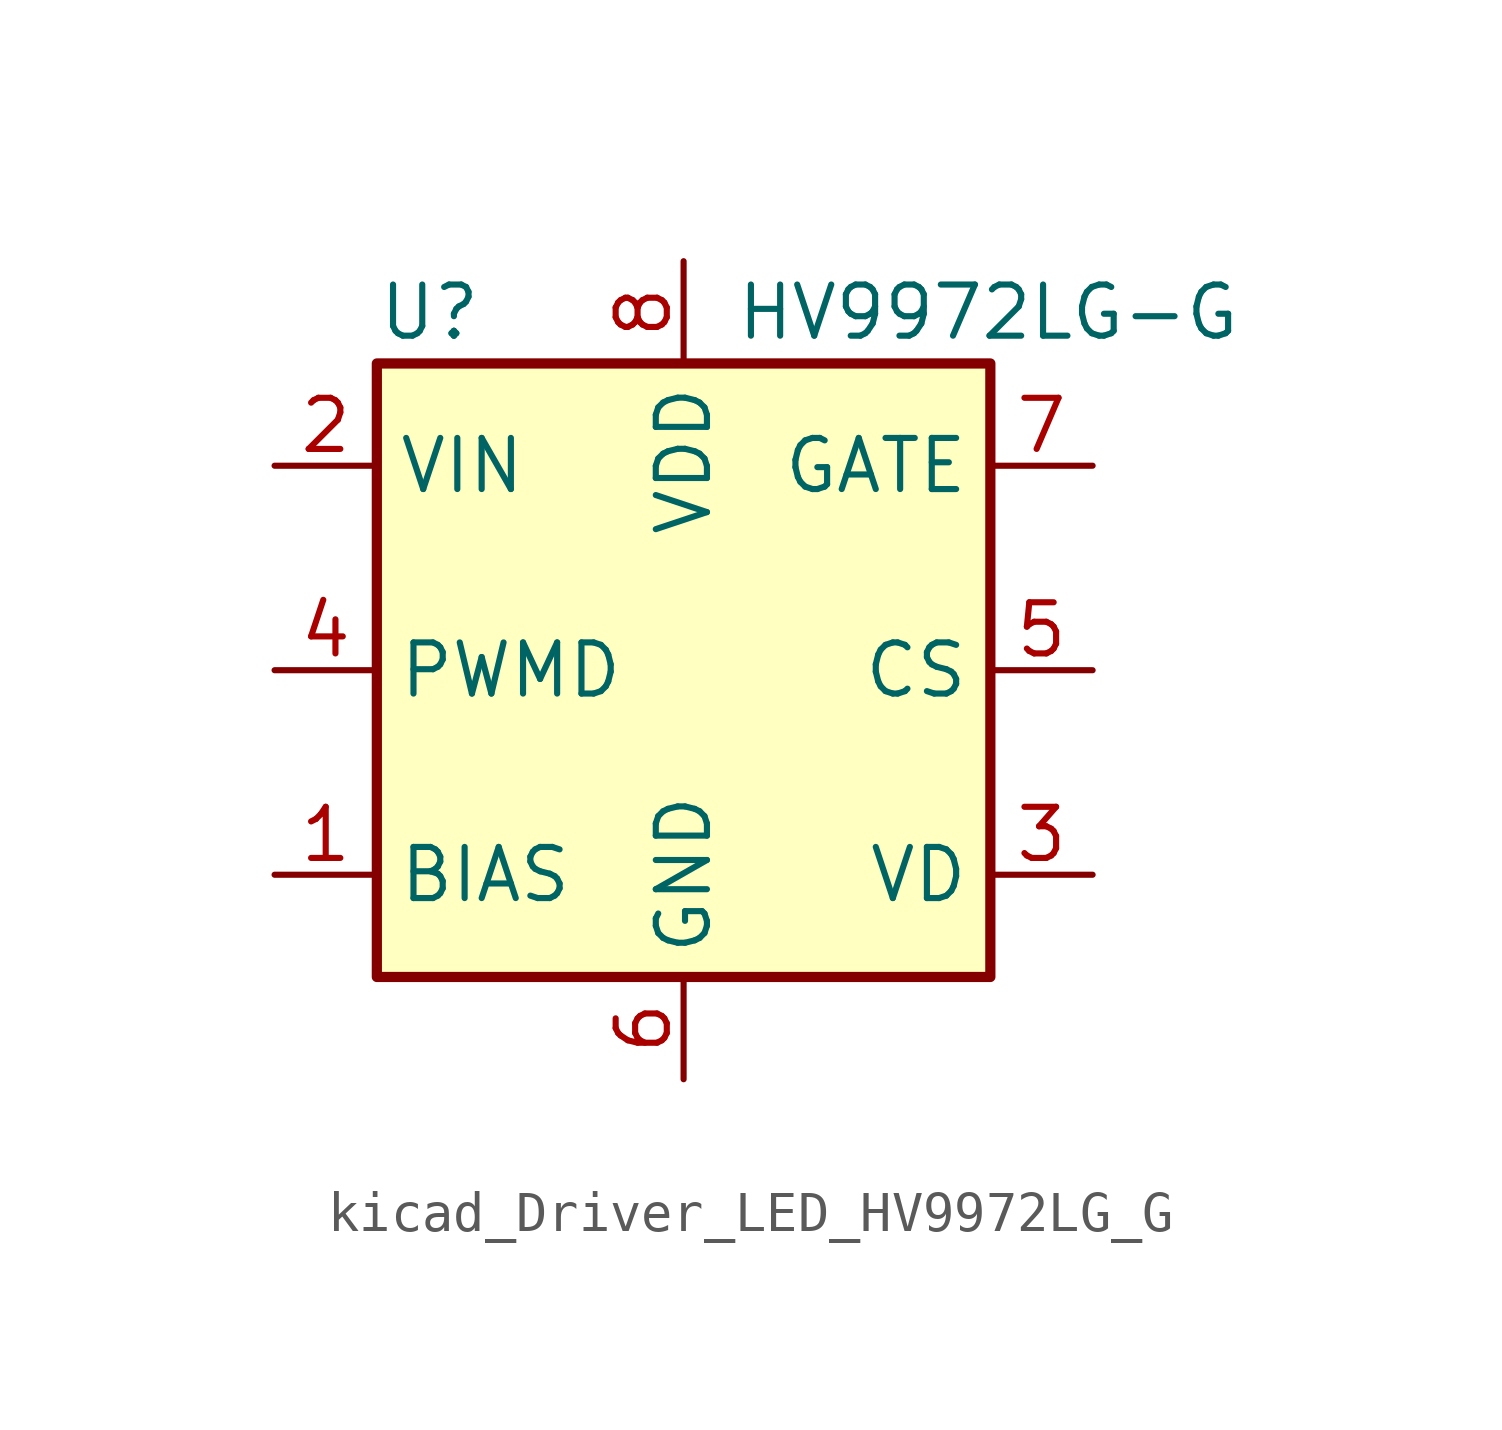
<source format=kicad_sym>
(kicad_symbol_lib
  (version 20220914)
  (generator kicad_symbol_editor)
  (symbol "kicad_Driver_LED_HV9972LG_G"
    (property "Reference" "U"
      (at -7.62 8.89 0)
      (effects (font (size 1.27 1.27)) (justify left)))
    (property "Value" "HV9972LG-G"
      (at 1.27 8.89 0)
      (effects (font (size 1.27 1.27)) (justify left)))
    (symbol "kicad_Driver_LED_HV9972LG_G_0_1"
      (rectangle (start -7.62 7.62) (end 7.62 -7.62) (stroke (width 0.254) (type default)) (fill (type background))))
    (symbol "kicad_Driver_LED_HV9972LG_G_1_1"
      (pin passive line (at -10.16 -5.08 0) (length 2.54) (name "BIAS" (effects (font (size 1.27 1.27)))) (number "1" (effects (font (size 1.27 1.27)))))
      (pin input line (at -10.16 5.08 0) (length 2.54) (name "VIN" (effects (font (size 1.27 1.27)))) (number "2" (effects (font (size 1.27 1.27)))))
      (pin input line (at 10.16 -5.08 180) (length 2.54) (name "VD" (effects (font (size 1.27 1.27)))) (number "3" (effects (font (size 1.27 1.27)))))
      (pin output line (at -10.16 0 0) (length 2.54) (name "PWMD" (effects (font (size 1.27 1.27)))) (number "4" (effects (font (size 1.27 1.27)))))
      (pin input line (at 10.16 0 180) (length 2.54) (name "CS" (effects (font (size 1.27 1.27)))) (number "5" (effects (font (size 1.27 1.27)))))
      (pin power_in line (at 0 -10.16 90) (length 2.54) (name "GND" (effects (font (size 1.27 1.27)))) (number "6" (effects (font (size 1.27 1.27)))))
      (pin output line (at 10.16 5.08 180) (length 2.54) (name "GATE" (effects (font (size 1.27 1.27)))) (number "7" (effects (font (size 1.27 1.27)))))
      (pin power_out line (at 0 10.16 270) (length 2.54) (name "VDD" (effects (font (size 1.27 1.27)))) (number "8" (effects (font (size 1.27 1.27))))))))
</source>
